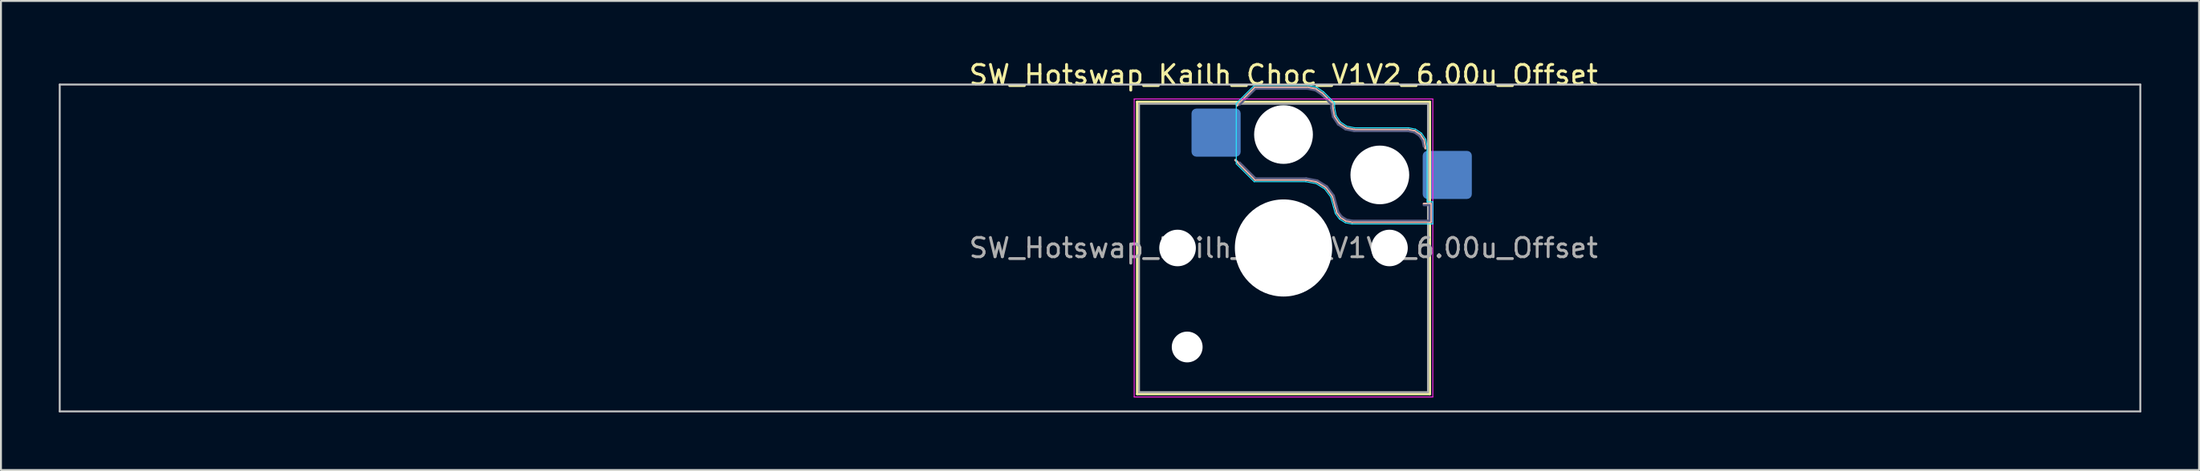
<source format=kicad_pcb>
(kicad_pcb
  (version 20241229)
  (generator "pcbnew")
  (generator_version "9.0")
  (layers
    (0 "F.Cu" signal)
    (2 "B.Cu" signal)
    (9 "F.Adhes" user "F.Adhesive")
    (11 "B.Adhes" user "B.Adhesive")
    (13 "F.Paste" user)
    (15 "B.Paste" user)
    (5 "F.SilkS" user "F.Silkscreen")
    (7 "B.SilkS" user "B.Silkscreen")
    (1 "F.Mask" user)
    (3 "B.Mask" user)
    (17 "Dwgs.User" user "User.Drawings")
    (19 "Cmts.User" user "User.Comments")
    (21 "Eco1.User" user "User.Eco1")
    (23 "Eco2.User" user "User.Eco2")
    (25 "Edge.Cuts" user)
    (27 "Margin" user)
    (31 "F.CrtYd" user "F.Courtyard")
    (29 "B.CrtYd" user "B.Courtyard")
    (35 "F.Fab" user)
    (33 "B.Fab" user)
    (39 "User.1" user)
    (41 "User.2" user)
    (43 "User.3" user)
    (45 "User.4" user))
  (footprint "SW_Hotswap_Kailh_Choc_V1V2_6.00u_Offset"
    (layer "F.Cu")
    (at 63.575 9.848)
    (property "Reference" "SW_Hotswap_Kailh_Choc_V1V2_6.00u_Offset" (at 0 -9 0) (layer "F.SilkS") (effects (font (size 1 1) (thickness 0.15))))
    (attr smd)
    (fp_line (start -7.6 -7.6) (end -7.6 7.6) (stroke (width 0.12) (type solid)) (layer "F.SilkS"))
    (fp_line (start -7.6 7.6) (end 7.6 7.6) (stroke (width 0.12) (type solid)) (layer "F.SilkS"))
    (fp_line (start 7.6 -7.6) (end -7.6 -7.6) (stroke (width 0.12) (type solid)) (layer "F.SilkS"))
    (fp_line (start 7.6 7.6) (end 7.6 -7.6) (stroke (width 0.12) (type solid)) (layer "F.SilkS"))
    (fp_line (start -2.416 -7.409) (end -1.479 -8.346) (stroke (width 0.12) (type solid)) (layer "B.SilkS"))
    (fp_line (start -1.479 -8.346) (end 1.268 -8.346) (stroke (width 0.12) (type solid)) (layer "B.SilkS"))
    (fp_line (start -1.479 -3.554) (end -2.5 -4.575) (stroke (width 0.12) (type solid)) (layer "B.SilkS"))
    (fp_line (start 1.168 -3.554) (end -1.479 -3.554) (stroke (width 0.12) (type solid)) (layer "B.SilkS"))
    (fp_line (start 1.268 -8.346) (end 1.671 -8.266) (stroke (width 0.12) (type solid)) (layer "B.SilkS"))
    (fp_line (start 1.671 -8.266) (end 2.013 -8.037) (stroke (width 0.12) (type solid)) (layer "B.SilkS"))
    (fp_line (start 1.73 -3.449) (end 1.168 -3.554) (stroke (width 0.12) (type solid)) (layer "B.SilkS"))
    (fp_line (start 2.013 -8.037) (end 2.546 -7.504) (stroke (width 0.12) (type solid)) (layer "B.SilkS"))
    (fp_line (start 2.209 -3.15) (end 1.73 -3.449) (stroke (width 0.12) (type solid)) (layer "B.SilkS"))
    (fp_line (start 2.546 -7.504) (end 2.546 -7.282) (stroke (width 0.12) (type solid)) (layer "B.SilkS"))
    (fp_line (start 2.546 -7.282) (end 2.633 -6.844) (stroke (width 0.12) (type solid)) (layer "B.SilkS"))
    (fp_line (start 2.547 -2.697) (end 2.209 -3.15) (stroke (width 0.12) (type solid)) (layer "B.SilkS"))
    (fp_line (start 2.633 -6.844) (end 2.877 -6.477) (stroke (width 0.12) (type solid)) (layer "B.SilkS"))
    (fp_line (start 2.701 -2.139) (end 2.547 -2.697) (stroke (width 0.12) (type solid)) (layer "B.SilkS"))
    (fp_line (start 2.783 -1.841) (end 2.701 -2.139) (stroke (width 0.12) (type solid)) (layer "B.SilkS"))
    (fp_line (start 2.877 -6.477) (end 3.244 -6.233) (stroke (width 0.12) (type solid)) (layer "B.SilkS"))
    (fp_line (start 2.976 -1.583) (end 2.783 -1.841) (stroke (width 0.12) (type solid)) (layer "B.SilkS"))
    (fp_line (start 3.244 -6.233) (end 3.682 -6.146) (stroke (width 0.12) (type solid)) (layer "B.SilkS"))
    (fp_line (start 3.25 -1.413) (end 2.976 -1.583) (stroke (width 0.12) (type solid)) (layer "B.SilkS"))
    (fp_line (start 3.56 -1.354) (end 3.25 -1.413) (stroke (width 0.12) (type solid)) (layer "B.SilkS"))
    (fp_line (start 3.682 -6.146) (end 6.482 -6.146) (stroke (width 0.12) (type solid)) (layer "B.SilkS"))
    (fp_line (start 6.482 -6.146) (end 6.809 -6.081) (stroke (width 0.12) (type solid)) (layer "B.SilkS"))
    (fp_line (start 6.809 -6.081) (end 7.092 -5.892) (stroke (width 0.12) (type solid)) (layer "B.SilkS"))
    (fp_line (start 7.092 -5.892) (end 7.281 -5.609) (stroke (width 0.12) (type solid)) (layer "B.SilkS"))
    (fp_line (start 7.281 -5.609) (end 7.366 -5.182) (stroke (width 0.12) (type solid)) (layer "B.SilkS"))
    (fp_line (start 7.283 -2.296) (end 7.646 -2.296) (stroke (width 0.12) (type solid)) (layer "B.SilkS"))
    (fp_line (start 7.646 -2.296) (end 7.646 -1.354) (stroke (width 0.12) (type solid)) (layer "B.SilkS"))
    (fp_line (start 7.646 -1.354) (end 3.56 -1.354) (stroke (width 0.12) (type solid)) (layer "B.SilkS"))
    (fp_line (start -63.525 -8.5) (end -63.525 8.5) (stroke (width 0.1) (type solid)) (layer "Dwgs.User"))
    (fp_line (start -63.525 8.5) (end 44.475 8.5) (stroke (width 0.1) (type solid)) (layer "Dwgs.User"))
    (fp_line (start 44.475 -8.5) (end -63.525 -8.5) (stroke (width 0.1) (type solid)) (layer "Dwgs.User"))
    (fp_line (start 44.475 8.5) (end 44.475 -8.5) (stroke (width 0.1) (type solid)) (layer "Dwgs.User"))
    (fp_line (start -7.25 -7.25) (end -7.25 7.25) (stroke (width 0.1) (type solid)) (layer "Eco1.User"))
    (fp_line (start -7.25 7.25) (end 7.25 7.25) (stroke (width 0.1) (type solid)) (layer "Eco1.User"))
    (fp_line (start 7.25 -7.25) (end -7.25 -7.25) (stroke (width 0.1) (type solid)) (layer "Eco1.User"))
    (fp_line (start 7.25 7.25) (end 7.25 -7.25) (stroke (width 0.1) (type solid)) (layer "Eco1.User"))
    (fp_line (start -2.452 -7.523) (end -1.523 -8.452) (stroke (width 0.05) (type solid)) (layer "B.CrtYd"))
    (fp_line (start -2.452 -4.377) (end -2.452 -7.523) (stroke (width 0.05) (type solid)) (layer "B.CrtYd"))
    (fp_line (start -1.523 -8.452) (end 1.278 -8.452) (stroke (width 0.05) (type solid)) (layer "B.CrtYd"))
    (fp_line (start -1.523 -3.448) (end -2.452 -4.377) (stroke (width 0.05) (type solid)) (layer "B.CrtYd"))
    (fp_line (start 1.159 -3.448) (end -1.523 -3.448) (stroke (width 0.05) (type solid)) (layer "B.CrtYd"))
    (fp_line (start 1.278 -8.452) (end 1.712 -8.366) (stroke (width 0.05) (type solid)) (layer "B.CrtYd"))
    (fp_line (start 1.691 -3.348) (end 1.159 -3.448) (stroke (width 0.05) (type solid)) (layer "B.CrtYd"))
    (fp_line (start 1.712 -8.366) (end 2.081 -8.119) (stroke (width 0.05) (type solid)) (layer "B.CrtYd"))
    (fp_line (start 2.081 -8.119) (end 2.652 -7.548) (stroke (width 0.05) (type solid)) (layer "B.CrtYd"))
    (fp_line (start 2.136 -3.071) (end 1.691 -3.348) (stroke (width 0.05) (type solid)) (layer "B.CrtYd"))
    (fp_line (start 2.45 -2.65) (end 2.136 -3.071) (stroke (width 0.05) (type solid)) (layer "B.CrtYd"))
    (fp_line (start 2.599 -2.111) (end 2.45 -2.65) (stroke (width 0.05) (type solid)) (layer "B.CrtYd"))
    (fp_line (start 2.652 -7.548) (end 2.652 -7.292) (stroke (width 0.05) (type solid)) (layer "B.CrtYd"))
    (fp_line (start 2.652 -7.292) (end 2.733 -6.885) (stroke (width 0.05) (type solid)) (layer "B.CrtYd"))
    (fp_line (start 2.687 -1.794) (end 2.599 -2.111) (stroke (width 0.05) (type solid)) (layer "B.CrtYd"))
    (fp_line (start 2.733 -6.885) (end 2.953 -6.553) (stroke (width 0.05) (type solid)) (layer "B.CrtYd"))
    (fp_line (start 2.903 -1.503) (end 2.687 -1.794) (stroke (width 0.05) (type solid)) (layer "B.CrtYd"))
    (fp_line (start 2.953 -6.553) (end 3.285 -6.333) (stroke (width 0.05) (type solid)) (layer "B.CrtYd"))
    (fp_line (start 3.211 -1.312) (end 2.903 -1.503) (stroke (width 0.05) (type solid)) (layer "B.CrtYd"))
    (fp_line (start 3.285 -6.333) (end 3.692 -6.252) (stroke (width 0.05) (type solid)) (layer "B.CrtYd"))
    (fp_line (start 3.55 -1.248) (end 3.211 -1.312) (stroke (width 0.05) (type solid)) (layer "B.CrtYd"))
    (fp_line (start 3.692 -6.252) (end 6.492 -6.252) (stroke (width 0.05) (type solid)) (layer "B.CrtYd"))
    (fp_line (start 6.492 -6.252) (end 6.85 -6.181) (stroke (width 0.05) (type solid)) (layer "B.CrtYd"))
    (fp_line (start 6.85 -6.181) (end 7.168 -5.968) (stroke (width 0.05) (type solid)) (layer "B.CrtYd"))
    (fp_line (start 7.168 -5.968) (end 7.381 -5.65) (stroke (width 0.05) (type solid)) (layer "B.CrtYd"))
    (fp_line (start 7.381 -5.65) (end 7.452 -5.292) (stroke (width 0.05) (type solid)) (layer "B.CrtYd"))
    (fp_line (start 7.452 -5.292) (end 7.452 -2.402) (stroke (width 0.05) (type solid)) (layer "B.CrtYd"))
    (fp_line (start 7.452 -2.402) (end 7.752 -2.402) (stroke (width 0.05) (type solid)) (layer "B.CrtYd"))
    (fp_line (start 7.752 -2.402) (end 7.752 -1.248) (stroke (width 0.05) (type solid)) (layer "B.CrtYd"))
    (fp_line (start 7.752 -1.248) (end 3.55 -1.248) (stroke (width 0.05) (type solid)) (layer "B.CrtYd"))
    (fp_line (start -7.75 -7.75) (end -7.75 7.75) (stroke (width 0.05) (type solid)) (layer "F.CrtYd"))
    (fp_line (start -7.75 7.75) (end 7.75 7.75) (stroke (width 0.05) (type solid)) (layer "F.CrtYd"))
    (fp_line (start 7.75 -7.75) (end -7.75 -7.75) (stroke (width 0.05) (type solid)) (layer "F.CrtYd"))
    (fp_line (start 7.75 7.75) (end 7.75 -7.75) (stroke (width 0.05) (type solid)) (layer "F.CrtYd"))
    (fp_line (start -2.275 -7.45) (end -1.45 -8.275) (stroke (width 0.1) (type solid)) (layer "B.Fab"))
    (fp_line (start -1.45 -8.275) (end 1.261 -8.275) (stroke (width 0.1) (type solid)) (layer "B.Fab"))
    (fp_line (start -1.45 -3.625) (end -2.275 -4.45) (stroke (width 0.1) (type solid)) (layer "B.Fab"))
    (fp_line (start 1.175 -3.625) (end -1.45 -3.625) (stroke (width 0.1) (type solid)) (layer "B.Fab"))
    (fp_line (start 1.261 -8.275) (end 1.643 -8.199) (stroke (width 0.1) (type solid)) (layer "B.Fab"))
    (fp_line (start 1.643 -8.199) (end 1.968 -7.982) (stroke (width 0.1) (type solid)) (layer "B.Fab"))
    (fp_line (start 1.756 -3.516) (end 1.175 -3.625) (stroke (width 0.1) (type solid)) (layer "B.Fab"))
    (fp_line (start 1.968 -7.982) (end 2.475 -7.475) (stroke (width 0.1) (type solid)) (layer "B.Fab"))
    (fp_line (start 2.258 -3.203) (end 1.756 -3.516) (stroke (width 0.1) (type solid)) (layer "B.Fab"))
    (fp_line (start 2.475 -7.475) (end 2.475 -7.275) (stroke (width 0.1) (type solid)) (layer "B.Fab"))
    (fp_line (start 2.475 -7.275) (end 2.566 -6.816) (stroke (width 0.1) (type solid)) (layer "B.Fab"))
    (fp_line (start 2.566 -6.816) (end 2.826 -6.426) (stroke (width 0.1) (type solid)) (layer "B.Fab"))
    (fp_line (start 2.612 -2.729) (end 2.258 -3.203) (stroke (width 0.1) (type solid)) (layer "B.Fab"))
    (fp_line (start 2.769 -2.158) (end 2.612 -2.729) (stroke (width 0.1) (type solid)) (layer "B.Fab"))
    (fp_line (start 2.826 -6.426) (end 3.216 -6.166) (stroke (width 0.1) (type solid)) (layer "B.Fab"))
    (fp_line (start 2.848 -1.873) (end 2.769 -2.158) (stroke (width 0.1) (type solid)) (layer "B.Fab"))
    (fp_line (start 3.025 -1.636) (end 2.848 -1.873) (stroke (width 0.1) (type solid)) (layer "B.Fab"))
    (fp_line (start 3.216 -6.166) (end 3.675 -6.075) (stroke (width 0.1) (type solid)) (layer "B.Fab"))
    (fp_line (start 3.276 -1.48) (end 3.025 -1.636) (stroke (width 0.1) (type solid)) (layer "B.Fab"))
    (fp_line (start 3.567 -1.425) (end 3.276 -1.48) (stroke (width 0.1) (type solid)) (layer "B.Fab"))
    (fp_line (start 3.675 -6.075) (end 6.475 -6.075) (stroke (width 0.1) (type solid)) (layer "B.Fab"))
    (fp_line (start 6.475 -6.075) (end 6.781 -6.014) (stroke (width 0.1) (type solid)) (layer "B.Fab"))
    (fp_line (start 6.781 -6.014) (end 7.041 -5.841) (stroke (width 0.1) (type solid)) (layer "B.Fab"))
    (fp_line (start 7.041 -5.841) (end 7.214 -5.581) (stroke (width 0.1) (type solid)) (layer "B.Fab"))
    (fp_line (start 7.214 -5.581) (end 7.275 -5.275) (stroke (width 0.1) (type solid)) (layer "B.Fab"))
    (fp_line (start 7.275 -2.225) (end 7.575 -2.225) (stroke (width 0.1) (type solid)) (layer "B.Fab"))
    (fp_line (start 7.575 -2.225) (end 7.575 -1.425) (stroke (width 0.1) (type solid)) (layer "B.Fab"))
    (fp_line (start 7.575 -1.425) (end 3.567 -1.425) (stroke (width 0.1) (type solid)) (layer "B.Fab"))
    (fp_line (start -7.5 -7.5) (end -7.5 7.5) (stroke (width 0.1) (type solid)) (layer "F.Fab"))
    (fp_line (start -7.5 7.5) (end 7.5 7.5) (stroke (width 0.1) (type solid)) (layer "F.Fab"))
    (fp_line (start 7.5 -7.5) (end -7.5 -7.5) (stroke (width 0.1) (type solid)) (layer "F.Fab"))
    (fp_line (start 7.5 7.5) (end 7.5 -7.5) (stroke (width 0.1) (type solid)) (layer "F.Fab"))
    (fp_text user "${REFERENCE}" (at 0 0 0) (layer "F.Fab") (effects (font (size 1 1) (thickness 0.15))))
    (pad "" np_thru_hole circle (at -5.5 0) (size 1.9 1.9) (drill 1.9) (layers "*.Cu" "*.Mask"))
    (pad "" np_thru_hole circle (at -5 5.15) (size 1.6 1.6) (drill 1.6) (layers "*.Cu" "*.Mask"))
    (pad "" np_thru_hole circle (at 0 -5.9) (size 3.05 3.05) (drill 3.05) (layers "*.Cu" "*.Mask"))
    (pad "" np_thru_hole circle (at 0 0) (size 5.05 5.05) (drill 5.05) (layers "*.Cu" "*.Mask"))
    (pad "" np_thru_hole circle (at 5 -3.8) (size 3.05 3.05) (drill 3.05) (layers "*.Cu" "*.Mask"))
    (pad "" np_thru_hole circle (at 5.5 0) (size 1.9 1.9) (drill 1.9) (layers "*.Cu" "*.Mask"))
    (pad "1" smd roundrect (at -3.5 -6) (size 2.55 2.5) (layers "B.Cu" "B.Mask" "B.Paste") (roundrect_rratio 0.1))
    (pad "2" smd roundrect (at 8.5 -3.8) (size 2.55 2.5) (layers "B.Cu" "B.Mask" "B.Paste") (roundrect_rratio 0.1)))
  (gr_rect
    (start -3 -3)
    (end 111.1 21.398)
    (stroke (width 0.1) (type default))
    (fill no)
    (layer "Edge.Cuts")))
</source>
